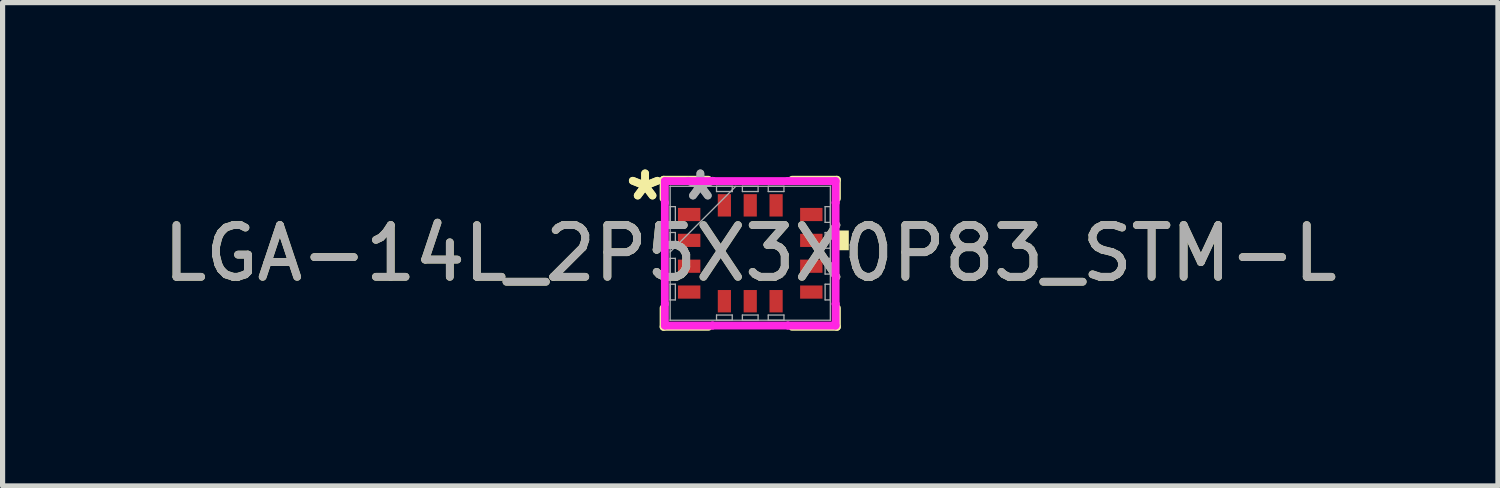
<source format=kicad_pcb>
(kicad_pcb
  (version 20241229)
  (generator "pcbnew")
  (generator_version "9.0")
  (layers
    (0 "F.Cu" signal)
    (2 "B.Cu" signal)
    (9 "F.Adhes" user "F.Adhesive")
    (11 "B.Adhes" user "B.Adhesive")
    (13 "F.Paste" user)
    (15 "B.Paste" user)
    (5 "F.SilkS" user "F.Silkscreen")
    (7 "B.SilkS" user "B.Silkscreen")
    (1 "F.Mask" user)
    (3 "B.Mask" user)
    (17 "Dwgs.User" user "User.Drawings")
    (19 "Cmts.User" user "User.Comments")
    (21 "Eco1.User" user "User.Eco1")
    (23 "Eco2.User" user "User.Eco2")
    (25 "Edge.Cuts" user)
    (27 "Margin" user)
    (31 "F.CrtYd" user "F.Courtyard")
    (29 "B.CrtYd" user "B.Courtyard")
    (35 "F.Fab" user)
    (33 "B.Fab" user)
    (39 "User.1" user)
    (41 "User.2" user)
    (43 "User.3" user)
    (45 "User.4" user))
  (footprint "LGA-14L_2P5X3X0P83_STM-L"
    (layer "F.Cu")
    (at 11.458 1.848)
    (property "Reference" "LGA-14L_2P5X3X0P83_STM-L" (at 0 0 0) (unlocked yes) (layer "F.SilkS") (effects (font (size 1 1) (thickness 0.15))))
    (attr smd)
    (fp_line (start -1.676 -1.422) (end -1.676 -1.059) (stroke (width 0.152) (type solid)) (layer "F.SilkS"))
    (fp_line (start -1.676 1.059) (end -1.676 1.422) (stroke (width 0.152) (type solid)) (layer "F.SilkS"))
    (fp_line (start -1.676 1.422) (end -0.809 1.422) (stroke (width 0.152) (type solid)) (layer "F.SilkS"))
    (fp_line (start -0.809 -1.422) (end -1.676 -1.422) (stroke (width 0.152) (type solid)) (layer "F.SilkS"))
    (fp_line (start 0.809 1.422) (end 1.676 1.422) (stroke (width 0.152) (type solid)) (layer "F.SilkS"))
    (fp_line (start 1.676 -1.422) (end 0.809 -1.422) (stroke (width 0.152) (type solid)) (layer "F.SilkS"))
    (fp_line (start 1.676 -1.059) (end 1.676 -1.422) (stroke (width 0.152) (type solid)) (layer "F.SilkS"))
    (fp_line (start 1.676 1.422) (end 1.676 1.059) (stroke (width 0.152) (type solid)) (layer "F.SilkS"))
    (fp_poly (pts (xy 1.906 -0.441) (xy 1.906 -0.059) (xy 1.652 -0.059) (xy 1.652 -0.441)) (stroke (width 0) (type solid)) (fill yes) (layer "F.SilkS"))
    (fp_line (start -1.651 -1.397) (end -0.729 -1.397) (stroke (width 0.152) (type solid)) (layer "F.CrtYd"))
    (fp_line (start -1.651 -0.979) (end -1.651 -1.397) (stroke (width 0.152) (type solid)) (layer "F.CrtYd"))
    (fp_line (start -1.651 -0.979) (end -1.651 -0.979) (stroke (width 0.152) (type solid)) (layer "F.CrtYd"))
    (fp_line (start -1.651 0.979) (end -1.651 -0.979) (stroke (width 0.152) (type solid)) (layer "F.CrtYd"))
    (fp_line (start -1.651 0.979) (end -1.651 0.979) (stroke (width 0.152) (type solid)) (layer "F.CrtYd"))
    (fp_line (start -1.651 1.397) (end -1.651 0.979) (stroke (width 0.152) (type solid)) (layer "F.CrtYd"))
    (fp_line (start -0.729 -1.397) (end -0.729 -1.397) (stroke (width 0.152) (type solid)) (layer "F.CrtYd"))
    (fp_line (start -0.729 -1.397) (end 0.729 -1.397) (stroke (width 0.152) (type solid)) (layer "F.CrtYd"))
    (fp_line (start -0.729 1.397) (end -1.651 1.397) (stroke (width 0.152) (type solid)) (layer "F.CrtYd"))
    (fp_line (start -0.729 1.397) (end -0.729 1.397) (stroke (width 0.152) (type solid)) (layer "F.CrtYd"))
    (fp_line (start 0.729 -1.397) (end 0.729 -1.397) (stroke (width 0.152) (type solid)) (layer "F.CrtYd"))
    (fp_line (start 0.729 -1.397) (end 1.651 -1.397) (stroke (width 0.152) (type solid)) (layer "F.CrtYd"))
    (fp_line (start 0.729 1.397) (end -0.729 1.397) (stroke (width 0.152) (type solid)) (layer "F.CrtYd"))
    (fp_line (start 0.729 1.397) (end 0.729 1.397) (stroke (width 0.152) (type solid)) (layer "F.CrtYd"))
    (fp_line (start 1.651 -1.397) (end 1.651 -0.979) (stroke (width 0.152) (type solid)) (layer "F.CrtYd"))
    (fp_line (start 1.651 -0.979) (end 1.651 -0.979) (stroke (width 0.152) (type solid)) (layer "F.CrtYd"))
    (fp_line (start 1.651 -0.979) (end 1.651 0.979) (stroke (width 0.152) (type solid)) (layer "F.CrtYd"))
    (fp_line (start 1.651 0.979) (end 1.651 0.979) (stroke (width 0.152) (type solid)) (layer "F.CrtYd"))
    (fp_line (start 1.651 0.979) (end 1.651 1.397) (stroke (width 0.152) (type solid)) (layer "F.CrtYd"))
    (fp_line (start 1.651 1.397) (end 0.729 1.397) (stroke (width 0.152) (type solid)) (layer "F.CrtYd"))
    (fp_line (start -1.549 -1.295) (end -1.549 -1.295) (stroke (width 0.025) (type solid)) (layer "F.Fab"))
    (fp_line (start -1.549 -1.295) (end -1.549 1.295) (stroke (width 0.025) (type solid)) (layer "F.Fab"))
    (fp_line (start -1.549 -0.902) (end -1.448 -0.902) (stroke (width 0.025) (type solid)) (layer "F.Fab"))
    (fp_line (start -1.549 -0.598) (end -1.549 -0.902) (stroke (width 0.025) (type solid)) (layer "F.Fab"))
    (fp_line (start -1.549 -0.402) (end -1.448 -0.402) (stroke (width 0.025) (type solid)) (layer "F.Fab"))
    (fp_line (start -1.549 -0.098) (end -1.549 -0.402) (stroke (width 0.025) (type solid)) (layer "F.Fab"))
    (fp_line (start -1.549 -0.025) (end -0.279 -1.295) (stroke (width 0.025) (type solid)) (layer "F.Fab"))
    (fp_line (start -1.549 0.098) (end -1.448 0.098) (stroke (width 0.025) (type solid)) (layer "F.Fab"))
    (fp_line (start -1.549 0.402) (end -1.549 0.098) (stroke (width 0.025) (type solid)) (layer "F.Fab"))
    (fp_line (start -1.549 0.598) (end -1.448 0.598) (stroke (width 0.025) (type solid)) (layer "F.Fab"))
    (fp_line (start -1.549 0.902) (end -1.549 0.598) (stroke (width 0.025) (type solid)) (layer "F.Fab"))
    (fp_line (start -1.549 1.295) (end -1.549 1.295) (stroke (width 0.025) (type solid)) (layer "F.Fab"))
    (fp_line (start -1.549 1.295) (end 1.549 1.295) (stroke (width 0.025) (type solid)) (layer "F.Fab"))
    (fp_line (start -1.448 -0.902) (end -1.448 -0.598) (stroke (width 0.025) (type solid)) (layer "F.Fab"))
    (fp_line (start -1.448 -0.598) (end -1.549 -0.598) (stroke (width 0.025) (type solid)) (layer "F.Fab"))
    (fp_line (start -1.448 -0.402) (end -1.448 -0.098) (stroke (width 0.025) (type solid)) (layer "F.Fab"))
    (fp_line (start -1.448 -0.098) (end -1.549 -0.098) (stroke (width 0.025) (type solid)) (layer "F.Fab"))
    (fp_line (start -1.448 0.098) (end -1.448 0.402) (stroke (width 0.025) (type solid)) (layer "F.Fab"))
    (fp_line (start -1.448 0.402) (end -1.549 0.402) (stroke (width 0.025) (type solid)) (layer "F.Fab"))
    (fp_line (start -1.448 0.598) (end -1.448 0.902) (stroke (width 0.025) (type solid)) (layer "F.Fab"))
    (fp_line (start -1.448 0.902) (end -1.549 0.902) (stroke (width 0.025) (type solid)) (layer "F.Fab"))
    (fp_line (start -0.652 -1.295) (end -0.348 -1.295) (stroke (width 0.025) (type solid)) (layer "F.Fab"))
    (fp_line (start -0.652 -1.194) (end -0.652 -1.295) (stroke (width 0.025) (type solid)) (layer "F.Fab"))
    (fp_line (start -0.652 1.194) (end -0.348 1.194) (stroke (width 0.025) (type solid)) (layer "F.Fab"))
    (fp_line (start -0.652 1.295) (end -0.652 1.194) (stroke (width 0.025) (type solid)) (layer "F.Fab"))
    (fp_line (start -0.348 -1.295) (end -0.348 -1.194) (stroke (width 0.025) (type solid)) (layer "F.Fab"))
    (fp_line (start -0.348 -1.194) (end -0.652 -1.194) (stroke (width 0.025) (type solid)) (layer "F.Fab"))
    (fp_line (start -0.348 1.194) (end -0.348 1.295) (stroke (width 0.025) (type solid)) (layer "F.Fab"))
    (fp_line (start -0.348 1.295) (end -0.652 1.295) (stroke (width 0.025) (type solid)) (layer "F.Fab"))
    (fp_line (start -0.152 -1.295) (end 0.152 -1.295) (stroke (width 0.025) (type solid)) (layer "F.Fab"))
    (fp_line (start -0.152 -1.194) (end -0.152 -1.295) (stroke (width 0.025) (type solid)) (layer "F.Fab"))
    (fp_line (start -0.152 1.194) (end 0.152 1.194) (stroke (width 0.025) (type solid)) (layer "F.Fab"))
    (fp_line (start -0.152 1.295) (end -0.152 1.194) (stroke (width 0.025) (type solid)) (layer "F.Fab"))
    (fp_line (start 0.152 -1.295) (end 0.152 -1.194) (stroke (width 0.025) (type solid)) (layer "F.Fab"))
    (fp_line (start 0.152 -1.194) (end -0.152 -1.194) (stroke (width 0.025) (type solid)) (layer "F.Fab"))
    (fp_line (start 0.152 1.194) (end 0.152 1.295) (stroke (width 0.025) (type solid)) (layer "F.Fab"))
    (fp_line (start 0.152 1.295) (end -0.152 1.295) (stroke (width 0.025) (type solid)) (layer "F.Fab"))
    (fp_line (start 0.348 -1.295) (end 0.652 -1.295) (stroke (width 0.025) (type solid)) (layer "F.Fab"))
    (fp_line (start 0.348 -1.194) (end 0.348 -1.295) (stroke (width 0.025) (type solid)) (layer "F.Fab"))
    (fp_line (start 0.348 1.194) (end 0.652 1.194) (stroke (width 0.025) (type solid)) (layer "F.Fab"))
    (fp_line (start 0.348 1.295) (end 0.348 1.194) (stroke (width 0.025) (type solid)) (layer "F.Fab"))
    (fp_line (start 0.652 -1.295) (end 0.652 -1.194) (stroke (width 0.025) (type solid)) (layer "F.Fab"))
    (fp_line (start 0.652 -1.194) (end 0.348 -1.194) (stroke (width 0.025) (type solid)) (layer "F.Fab"))
    (fp_line (start 0.652 1.194) (end 0.652 1.295) (stroke (width 0.025) (type solid)) (layer "F.Fab"))
    (fp_line (start 0.652 1.295) (end 0.348 1.295) (stroke (width 0.025) (type solid)) (layer "F.Fab"))
    (fp_line (start 1.448 -0.902) (end 1.549 -0.902) (stroke (width 0.025) (type solid)) (layer "F.Fab"))
    (fp_line (start 1.448 -0.598) (end 1.448 -0.902) (stroke (width 0.025) (type solid)) (layer "F.Fab"))
    (fp_line (start 1.448 -0.402) (end 1.549 -0.402) (stroke (width 0.025) (type solid)) (layer "F.Fab"))
    (fp_line (start 1.448 -0.098) (end 1.448 -0.402) (stroke (width 0.025) (type solid)) (layer "F.Fab"))
    (fp_line (start 1.448 0.098) (end 1.549 0.098) (stroke (width 0.025) (type solid)) (layer "F.Fab"))
    (fp_line (start 1.448 0.402) (end 1.448 0.098) (stroke (width 0.025) (type solid)) (layer "F.Fab"))
    (fp_line (start 1.448 0.598) (end 1.549 0.598) (stroke (width 0.025) (type solid)) (layer "F.Fab"))
    (fp_line (start 1.448 0.902) (end 1.448 0.598) (stroke (width 0.025) (type solid)) (layer "F.Fab"))
    (fp_line (start 1.549 -1.295) (end -1.549 -1.295) (stroke (width 0.025) (type solid)) (layer "F.Fab"))
    (fp_line (start 1.549 -1.295) (end 1.549 -1.295) (stroke (width 0.025) (type solid)) (layer "F.Fab"))
    (fp_line (start 1.549 -0.902) (end 1.549 -0.598) (stroke (width 0.025) (type solid)) (layer "F.Fab"))
    (fp_line (start 1.549 -0.598) (end 1.448 -0.598) (stroke (width 0.025) (type solid)) (layer "F.Fab"))
    (fp_line (start 1.549 -0.402) (end 1.549 -0.098) (stroke (width 0.025) (type solid)) (layer "F.Fab"))
    (fp_line (start 1.549 -0.098) (end 1.448 -0.098) (stroke (width 0.025) (type solid)) (layer "F.Fab"))
    (fp_line (start 1.549 0.098) (end 1.549 0.402) (stroke (width 0.025) (type solid)) (layer "F.Fab"))
    (fp_line (start 1.549 0.402) (end 1.448 0.402) (stroke (width 0.025) (type solid)) (layer "F.Fab"))
    (fp_line (start 1.549 0.598) (end 1.549 0.902) (stroke (width 0.025) (type solid)) (layer "F.Fab"))
    (fp_line (start 1.549 0.902) (end 1.448 0.902) (stroke (width 0.025) (type solid)) (layer "F.Fab"))
    (fp_line (start 1.549 1.295) (end 1.549 -1.295) (stroke (width 0.025) (type solid)) (layer "F.Fab"))
    (fp_line (start 1.549 1.295) (end 1.549 1.295) (stroke (width 0.025) (type solid)) (layer "F.Fab"))
    (fp_text user "*" (at -2.033 -1 0) (unlocked yes) (layer "F.SilkS") (effects (font (size 1 1) (thickness 0.15))))
    (fp_text user "*" (at -2.033 -1 0) (layer "F.SilkS") (effects (font (size 1 1) (thickness 0.15))))
    (fp_text user "*" (at -0.964 -1 0) (unlocked yes) (layer "F.Fab") (effects (font (size 1 1) (thickness 0.15))))
    (fp_text user "*" (at -0.964 -1 0) (layer "F.Fab") (effects (font (size 1 1) (thickness 0.15))))
    (fp_text user "${REFERENCE}" (at 0 0 0) (unlocked yes) (layer "F.Fab") (effects (font (size 1 1) (thickness 0.15))))
    (pad "1" smd rect (at -1.181 -0.75 90) (size 0.255 0.433) (layers "F.Cu" "F.Mask" "F.Paste"))
    (pad "2" smd rect (at -1.181 -0.25 90) (size 0.255 0.433) (layers "F.Cu" "F.Mask" "F.Paste"))
    (pad "3" smd rect (at -1.181 0.25 90) (size 0.255 0.433) (layers "F.Cu" "F.Mask" "F.Paste"))
    (pad "4" smd rect (at -1.181 0.75 90) (size 0.255 0.433) (layers "F.Cu" "F.Mask" "F.Paste"))
    (pad "5" smd rect (at -0.5 0.927) (size 0.255 0.433) (layers "F.Cu" "F.Mask" "F.Paste"))
    (pad "6" smd rect (at 0 0.927) (size 0.255 0.433) (layers "F.Cu" "F.Mask" "F.Paste"))
    (pad "7" smd rect (at 0.5 0.927) (size 0.255 0.433) (layers "F.Cu" "F.Mask" "F.Paste"))
    (pad "8" smd rect (at 1.181 0.75 90) (size 0.255 0.433) (layers "F.Cu" "F.Mask" "F.Paste"))
    (pad "9" smd rect (at 1.181 0.25 90) (size 0.255 0.433) (layers "F.Cu" "F.Mask" "F.Paste"))
    (pad "10" smd rect (at 1.181 -0.25 90) (size 0.255 0.433) (layers "F.Cu" "F.Mask" "F.Paste"))
    (pad "11" smd rect (at 1.181 -0.75 90) (size 0.255 0.433) (layers "F.Cu" "F.Mask" "F.Paste"))
    (pad "12" smd rect (at 0.5 -0.927) (size 0.255 0.433) (layers "F.Cu" "F.Mask" "F.Paste"))
    (pad "13" smd rect (at 0 -0.927) (size 0.255 0.433) (layers "F.Cu" "F.Mask" "F.Paste"))
    (pad "14" smd rect (at -0.5 -0.927) (size 0.255 0.433) (layers "F.Cu" "F.Mask" "F.Paste")))
  (gr_rect
    (start -3 -3)
    (end 25.917 6.347)
    (stroke (width 0.1) (type default))
    (fill no)
    (layer "Edge.Cuts")))
</source>
